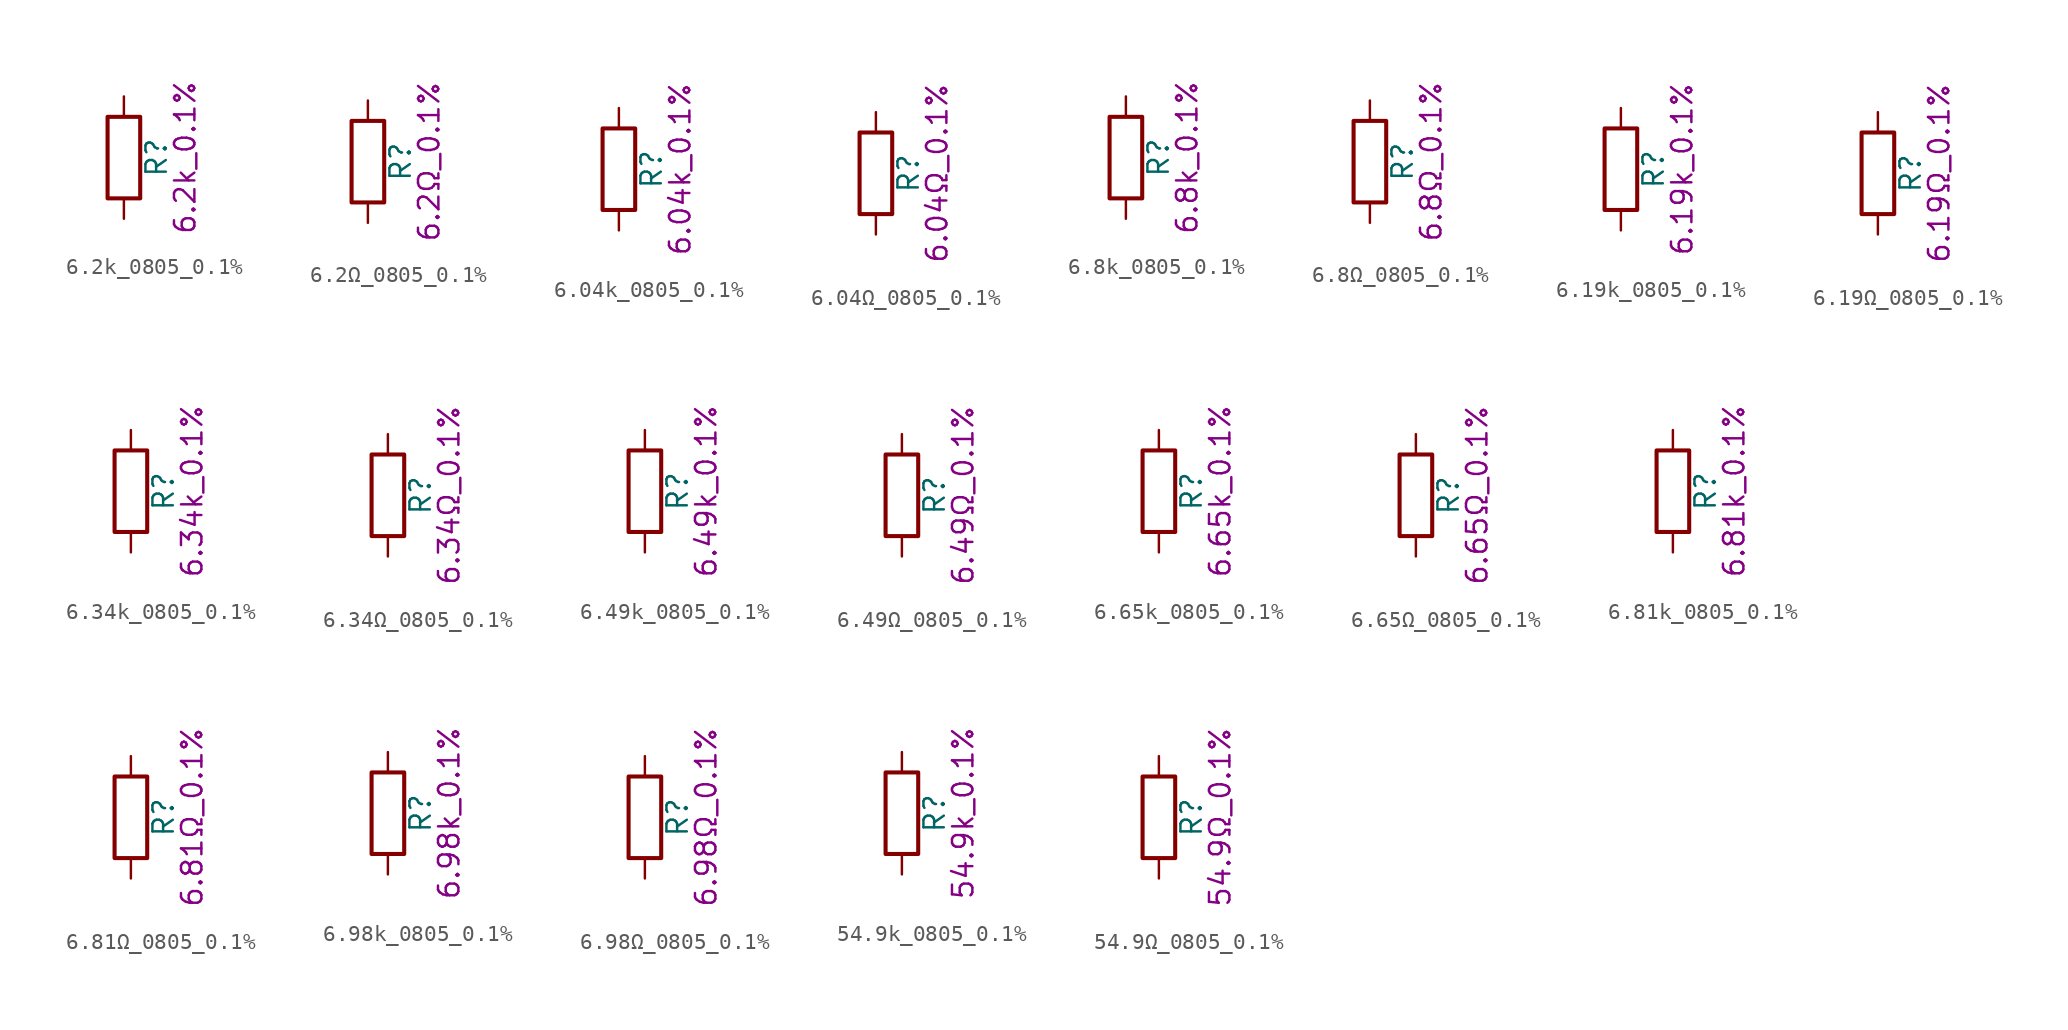
<source format=kicad_sym>
(kicad_symbol_lib
  (version 20211014)
  (generator kicad_symbol_editor)
  (symbol "6.2k_0805_0.1%"
    (pin_numbers hide)
    (pin_names
      (offset 0))
    (property "Reference" "R"
      (at 2.032 0 90)
      (effects (font (size 1.27 1.27))))
    (property "Display" "6.2k_0.1%"
      (at 3.81 0 90)
      (effects (font (size 1.27 1.27))))
    (symbol "6.2k_0805_0.1%_0_1"
      (rectangle (start -1.016 -2.54) (end 1.016 2.54) (stroke (width 0.254) (type default) (color 0 0 0 0)) (fill (type none))))
    (symbol "6.2k_0805_0.1%_1_1"
      (pin passive line (at 0 3.81 270) (length 1.27) (name "~" (effects (font (size 1.27 1.27)))) (number "1" (effects (font (size 1.27 1.27)))))
      (pin passive line (at 0 -3.81 90) (length 1.27) (name "~" (effects (font (size 1.27 1.27)))) (number "2" (effects (font (size 1.27 1.27)))))))
  (symbol "6.2Ω_0805_0.1%"
    (pin_numbers hide)
    (pin_names
      (offset 0))
    (property "Reference" "R"
      (at 2.032 0 90)
      (effects (font (size 1.27 1.27))))
    (property "Display" "6.2Ω_0.1%"
      (at 3.81 0 90)
      (effects (font (size 1.27 1.27))))
    (symbol "6.2Ω_0805_0.1%_0_1"
      (rectangle (start -1.016 -2.54) (end 1.016 2.54) (stroke (width 0.254) (type default) (color 0 0 0 0)) (fill (type none))))
    (symbol "6.2Ω_0805_0.1%_1_1"
      (pin passive line (at 0 3.81 270) (length 1.27) (name "~" (effects (font (size 1.27 1.27)))) (number "1" (effects (font (size 1.27 1.27)))))
      (pin passive line (at 0 -3.81 90) (length 1.27) (name "~" (effects (font (size 1.27 1.27)))) (number "2" (effects (font (size 1.27 1.27)))))))
  (symbol "6.04k_0805_0.1%"
    (pin_numbers hide)
    (pin_names
      (offset 0))
    (property "Reference" "R"
      (at 2.032 0 90)
      (effects (font (size 1.27 1.27))))
    (property "Display" "6.04k_0.1%"
      (at 3.81 0 90)
      (effects (font (size 1.27 1.27))))
    (symbol "6.04k_0805_0.1%_0_1"
      (rectangle (start -1.016 -2.54) (end 1.016 2.54) (stroke (width 0.254) (type default) (color 0 0 0 0)) (fill (type none))))
    (symbol "6.04k_0805_0.1%_1_1"
      (pin passive line (at 0 3.81 270) (length 1.27) (name "~" (effects (font (size 1.27 1.27)))) (number "1" (effects (font (size 1.27 1.27)))))
      (pin passive line (at 0 -3.81 90) (length 1.27) (name "~" (effects (font (size 1.27 1.27)))) (number "2" (effects (font (size 1.27 1.27)))))))
  (symbol "6.04Ω_0805_0.1%"
    (pin_numbers hide)
    (pin_names
      (offset 0))
    (property "Reference" "R"
      (at 2.032 0 90)
      (effects (font (size 1.27 1.27))))
    (property "Display" "6.04Ω_0.1%"
      (at 3.81 0 90)
      (effects (font (size 1.27 1.27))))
    (symbol "6.04Ω_0805_0.1%_0_1"
      (rectangle (start -1.016 -2.54) (end 1.016 2.54) (stroke (width 0.254) (type default) (color 0 0 0 0)) (fill (type none))))
    (symbol "6.04Ω_0805_0.1%_1_1"
      (pin passive line (at 0 3.81 270) (length 1.27) (name "~" (effects (font (size 1.27 1.27)))) (number "1" (effects (font (size 1.27 1.27)))))
      (pin passive line (at 0 -3.81 90) (length 1.27) (name "~" (effects (font (size 1.27 1.27)))) (number "2" (effects (font (size 1.27 1.27)))))))
  (symbol "6.8k_0805_0.1%"
    (pin_numbers hide)
    (pin_names
      (offset 0))
    (property "Reference" "R"
      (at 2.032 0 90)
      (effects (font (size 1.27 1.27))))
    (property "Display" "6.8k_0.1%"
      (at 3.81 0 90)
      (effects (font (size 1.27 1.27))))
    (symbol "6.8k_0805_0.1%_0_1"
      (rectangle (start -1.016 -2.54) (end 1.016 2.54) (stroke (width 0.254) (type default) (color 0 0 0 0)) (fill (type none))))
    (symbol "6.8k_0805_0.1%_1_1"
      (pin passive line (at 0 3.81 270) (length 1.27) (name "~" (effects (font (size 1.27 1.27)))) (number "1" (effects (font (size 1.27 1.27)))))
      (pin passive line (at 0 -3.81 90) (length 1.27) (name "~" (effects (font (size 1.27 1.27)))) (number "2" (effects (font (size 1.27 1.27)))))))
  (symbol "6.8Ω_0805_0.1%"
    (pin_numbers hide)
    (pin_names
      (offset 0))
    (property "Reference" "R"
      (at 2.032 0 90)
      (effects (font (size 1.27 1.27))))
    (property "Display" "6.8Ω_0.1%"
      (at 3.81 0 90)
      (effects (font (size 1.27 1.27))))
    (symbol "6.8Ω_0805_0.1%_0_1"
      (rectangle (start -1.016 -2.54) (end 1.016 2.54) (stroke (width 0.254) (type default) (color 0 0 0 0)) (fill (type none))))
    (symbol "6.8Ω_0805_0.1%_1_1"
      (pin passive line (at 0 3.81 270) (length 1.27) (name "~" (effects (font (size 1.27 1.27)))) (number "1" (effects (font (size 1.27 1.27)))))
      (pin passive line (at 0 -3.81 90) (length 1.27) (name "~" (effects (font (size 1.27 1.27)))) (number "2" (effects (font (size 1.27 1.27)))))))
  (symbol "6.19k_0805_0.1%"
    (pin_numbers hide)
    (pin_names
      (offset 0))
    (property "Reference" "R"
      (at 2.032 0 90)
      (effects (font (size 1.27 1.27))))
    (property "Display" "6.19k_0.1%"
      (at 3.81 0 90)
      (effects (font (size 1.27 1.27))))
    (symbol "6.19k_0805_0.1%_0_1"
      (rectangle (start -1.016 -2.54) (end 1.016 2.54) (stroke (width 0.254) (type default) (color 0 0 0 0)) (fill (type none))))
    (symbol "6.19k_0805_0.1%_1_1"
      (pin passive line (at 0 3.81 270) (length 1.27) (name "~" (effects (font (size 1.27 1.27)))) (number "1" (effects (font (size 1.27 1.27)))))
      (pin passive line (at 0 -3.81 90) (length 1.27) (name "~" (effects (font (size 1.27 1.27)))) (number "2" (effects (font (size 1.27 1.27)))))))
  (symbol "6.19Ω_0805_0.1%"
    (pin_numbers hide)
    (pin_names
      (offset 0))
    (property "Reference" "R"
      (at 2.032 0 90)
      (effects (font (size 1.27 1.27))))
    (property "Display" "6.19Ω_0.1%"
      (at 3.81 0 90)
      (effects (font (size 1.27 1.27))))
    (symbol "6.19Ω_0805_0.1%_0_1"
      (rectangle (start -1.016 -2.54) (end 1.016 2.54) (stroke (width 0.254) (type default) (color 0 0 0 0)) (fill (type none))))
    (symbol "6.19Ω_0805_0.1%_1_1"
      (pin passive line (at 0 3.81 270) (length 1.27) (name "~" (effects (font (size 1.27 1.27)))) (number "1" (effects (font (size 1.27 1.27)))))
      (pin passive line (at 0 -3.81 90) (length 1.27) (name "~" (effects (font (size 1.27 1.27)))) (number "2" (effects (font (size 1.27 1.27)))))))
  (symbol "6.34k_0805_0.1%"
    (pin_numbers hide)
    (pin_names
      (offset 0))
    (property "Reference" "R"
      (at 2.032 0 90)
      (effects (font (size 1.27 1.27))))
    (property "Display" "6.34k_0.1%"
      (at 3.81 0 90)
      (effects (font (size 1.27 1.27))))
    (symbol "6.34k_0805_0.1%_0_1"
      (rectangle (start -1.016 -2.54) (end 1.016 2.54) (stroke (width 0.254) (type default) (color 0 0 0 0)) (fill (type none))))
    (symbol "6.34k_0805_0.1%_1_1"
      (pin passive line (at 0 3.81 270) (length 1.27) (name "~" (effects (font (size 1.27 1.27)))) (number "1" (effects (font (size 1.27 1.27)))))
      (pin passive line (at 0 -3.81 90) (length 1.27) (name "~" (effects (font (size 1.27 1.27)))) (number "2" (effects (font (size 1.27 1.27)))))))
  (symbol "6.34Ω_0805_0.1%"
    (pin_numbers hide)
    (pin_names
      (offset 0))
    (property "Reference" "R"
      (at 2.032 0 90)
      (effects (font (size 1.27 1.27))))
    (property "Display" "6.34Ω_0.1%"
      (at 3.81 0 90)
      (effects (font (size 1.27 1.27))))
    (symbol "6.34Ω_0805_0.1%_0_1"
      (rectangle (start -1.016 -2.54) (end 1.016 2.54) (stroke (width 0.254) (type default) (color 0 0 0 0)) (fill (type none))))
    (symbol "6.34Ω_0805_0.1%_1_1"
      (pin passive line (at 0 3.81 270) (length 1.27) (name "~" (effects (font (size 1.27 1.27)))) (number "1" (effects (font (size 1.27 1.27)))))
      (pin passive line (at 0 -3.81 90) (length 1.27) (name "~" (effects (font (size 1.27 1.27)))) (number "2" (effects (font (size 1.27 1.27)))))))
  (symbol "6.49k_0805_0.1%"
    (pin_numbers hide)
    (pin_names
      (offset 0))
    (property "Reference" "R"
      (at 2.032 0 90)
      (effects (font (size 1.27 1.27))))
    (property "Display" "6.49k_0.1%"
      (at 3.81 0 90)
      (effects (font (size 1.27 1.27))))
    (symbol "6.49k_0805_0.1%_0_1"
      (rectangle (start -1.016 -2.54) (end 1.016 2.54) (stroke (width 0.254) (type default) (color 0 0 0 0)) (fill (type none))))
    (symbol "6.49k_0805_0.1%_1_1"
      (pin passive line (at 0 3.81 270) (length 1.27) (name "~" (effects (font (size 1.27 1.27)))) (number "1" (effects (font (size 1.27 1.27)))))
      (pin passive line (at 0 -3.81 90) (length 1.27) (name "~" (effects (font (size 1.27 1.27)))) (number "2" (effects (font (size 1.27 1.27)))))))
  (symbol "6.49Ω_0805_0.1%"
    (pin_numbers hide)
    (pin_names
      (offset 0))
    (property "Reference" "R"
      (at 2.032 0 90)
      (effects (font (size 1.27 1.27))))
    (property "Display" "6.49Ω_0.1%"
      (at 3.81 0 90)
      (effects (font (size 1.27 1.27))))
    (symbol "6.49Ω_0805_0.1%_0_1"
      (rectangle (start -1.016 -2.54) (end 1.016 2.54) (stroke (width 0.254) (type default) (color 0 0 0 0)) (fill (type none))))
    (symbol "6.49Ω_0805_0.1%_1_1"
      (pin passive line (at 0 3.81 270) (length 1.27) (name "~" (effects (font (size 1.27 1.27)))) (number "1" (effects (font (size 1.27 1.27)))))
      (pin passive line (at 0 -3.81 90) (length 1.27) (name "~" (effects (font (size 1.27 1.27)))) (number "2" (effects (font (size 1.27 1.27)))))))
  (symbol "6.65k_0805_0.1%"
    (pin_numbers hide)
    (pin_names
      (offset 0))
    (property "Reference" "R"
      (at 2.032 0 90)
      (effects (font (size 1.27 1.27))))
    (property "Display" "6.65k_0.1%"
      (at 3.81 0 90)
      (effects (font (size 1.27 1.27))))
    (symbol "6.65k_0805_0.1%_0_1"
      (rectangle (start -1.016 -2.54) (end 1.016 2.54) (stroke (width 0.254) (type default) (color 0 0 0 0)) (fill (type none))))
    (symbol "6.65k_0805_0.1%_1_1"
      (pin passive line (at 0 3.81 270) (length 1.27) (name "~" (effects (font (size 1.27 1.27)))) (number "1" (effects (font (size 1.27 1.27)))))
      (pin passive line (at 0 -3.81 90) (length 1.27) (name "~" (effects (font (size 1.27 1.27)))) (number "2" (effects (font (size 1.27 1.27)))))))
  (symbol "6.65Ω_0805_0.1%"
    (pin_numbers hide)
    (pin_names
      (offset 0))
    (property "Reference" "R"
      (at 2.032 0 90)
      (effects (font (size 1.27 1.27))))
    (property "Display" "6.65Ω_0.1%"
      (at 3.81 0 90)
      (effects (font (size 1.27 1.27))))
    (symbol "6.65Ω_0805_0.1%_0_1"
      (rectangle (start -1.016 -2.54) (end 1.016 2.54) (stroke (width 0.254) (type default) (color 0 0 0 0)) (fill (type none))))
    (symbol "6.65Ω_0805_0.1%_1_1"
      (pin passive line (at 0 3.81 270) (length 1.27) (name "~" (effects (font (size 1.27 1.27)))) (number "1" (effects (font (size 1.27 1.27)))))
      (pin passive line (at 0 -3.81 90) (length 1.27) (name "~" (effects (font (size 1.27 1.27)))) (number "2" (effects (font (size 1.27 1.27)))))))
  (symbol "6.81k_0805_0.1%"
    (pin_numbers hide)
    (pin_names
      (offset 0))
    (property "Reference" "R"
      (at 2.032 0 90)
      (effects (font (size 1.27 1.27))))
    (property "Display" "6.81k_0.1%"
      (at 3.81 0 90)
      (effects (font (size 1.27 1.27))))
    (symbol "6.81k_0805_0.1%_0_1"
      (rectangle (start -1.016 -2.54) (end 1.016 2.54) (stroke (width 0.254) (type default) (color 0 0 0 0)) (fill (type none))))
    (symbol "6.81k_0805_0.1%_1_1"
      (pin passive line (at 0 3.81 270) (length 1.27) (name "~" (effects (font (size 1.27 1.27)))) (number "1" (effects (font (size 1.27 1.27)))))
      (pin passive line (at 0 -3.81 90) (length 1.27) (name "~" (effects (font (size 1.27 1.27)))) (number "2" (effects (font (size 1.27 1.27)))))))
  (symbol "6.81Ω_0805_0.1%"
    (pin_numbers hide)
    (pin_names
      (offset 0))
    (property "Reference" "R"
      (at 2.032 0 90)
      (effects (font (size 1.27 1.27))))
    (property "Display" "6.81Ω_0.1%"
      (at 3.81 0 90)
      (effects (font (size 1.27 1.27))))
    (symbol "6.81Ω_0805_0.1%_0_1"
      (rectangle (start -1.016 -2.54) (end 1.016 2.54) (stroke (width 0.254) (type default) (color 0 0 0 0)) (fill (type none))))
    (symbol "6.81Ω_0805_0.1%_1_1"
      (pin passive line (at 0 3.81 270) (length 1.27) (name "~" (effects (font (size 1.27 1.27)))) (number "1" (effects (font (size 1.27 1.27)))))
      (pin passive line (at 0 -3.81 90) (length 1.27) (name "~" (effects (font (size 1.27 1.27)))) (number "2" (effects (font (size 1.27 1.27)))))))
  (symbol "6.98k_0805_0.1%"
    (pin_numbers hide)
    (pin_names
      (offset 0))
    (property "Reference" "R"
      (at 2.032 0 90)
      (effects (font (size 1.27 1.27))))
    (property "Display" "6.98k_0.1%"
      (at 3.81 0 90)
      (effects (font (size 1.27 1.27))))
    (symbol "6.98k_0805_0.1%_0_1"
      (rectangle (start -1.016 -2.54) (end 1.016 2.54) (stroke (width 0.254) (type default) (color 0 0 0 0)) (fill (type none))))
    (symbol "6.98k_0805_0.1%_1_1"
      (pin passive line (at 0 3.81 270) (length 1.27) (name "~" (effects (font (size 1.27 1.27)))) (number "1" (effects (font (size 1.27 1.27)))))
      (pin passive line (at 0 -3.81 90) (length 1.27) (name "~" (effects (font (size 1.27 1.27)))) (number "2" (effects (font (size 1.27 1.27)))))))
  (symbol "6.98Ω_0805_0.1%"
    (pin_numbers hide)
    (pin_names
      (offset 0))
    (property "Reference" "R"
      (at 2.032 0 90)
      (effects (font (size 1.27 1.27))))
    (property "Display" "6.98Ω_0.1%"
      (at 3.81 0 90)
      (effects (font (size 1.27 1.27))))
    (symbol "6.98Ω_0805_0.1%_0_1"
      (rectangle (start -1.016 -2.54) (end 1.016 2.54) (stroke (width 0.254) (type default) (color 0 0 0 0)) (fill (type none))))
    (symbol "6.98Ω_0805_0.1%_1_1"
      (pin passive line (at 0 3.81 270) (length 1.27) (name "~" (effects (font (size 1.27 1.27)))) (number "1" (effects (font (size 1.27 1.27)))))
      (pin passive line (at 0 -3.81 90) (length 1.27) (name "~" (effects (font (size 1.27 1.27)))) (number "2" (effects (font (size 1.27 1.27)))))))
  (symbol "54.9k_0805_0.1%"
    (pin_numbers hide)
    (pin_names
      (offset 0))
    (property "Reference" "R"
      (at 2.032 0 90)
      (effects (font (size 1.27 1.27))))
    (property "Display" "54.9k_0.1%"
      (at 3.81 0 90)
      (effects (font (size 1.27 1.27))))
    (symbol "54.9k_0805_0.1%_0_1"
      (rectangle (start -1.016 -2.54) (end 1.016 2.54) (stroke (width 0.254) (type default) (color 0 0 0 0)) (fill (type none))))
    (symbol "54.9k_0805_0.1%_1_1"
      (pin passive line (at 0 3.81 270) (length 1.27) (name "~" (effects (font (size 1.27 1.27)))) (number "1" (effects (font (size 1.27 1.27)))))
      (pin passive line (at 0 -3.81 90) (length 1.27) (name "~" (effects (font (size 1.27 1.27)))) (number "2" (effects (font (size 1.27 1.27)))))))
  (symbol "54.9Ω_0805_0.1%"
    (pin_numbers hide)
    (pin_names
      (offset 0))
    (property "Reference" "R"
      (at 2.032 0 90)
      (effects (font (size 1.27 1.27))))
    (property "Display" "54.9Ω_0.1%"
      (at 3.81 0 90)
      (effects (font (size 1.27 1.27))))
    (symbol "54.9Ω_0805_0.1%_0_1"
      (rectangle (start -1.016 -2.54) (end 1.016 2.54) (stroke (width 0.254) (type default) (color 0 0 0 0)) (fill (type none))))
    (symbol "54.9Ω_0805_0.1%_1_1"
      (pin passive line (at 0 3.81 270) (length 1.27) (name "~" (effects (font (size 1.27 1.27)))) (number "1" (effects (font (size 1.27 1.27)))))
      (pin passive line (at 0 -3.81 90) (length 1.27) (name "~" (effects (font (size 1.27 1.27)))) (number "2" (effects (font (size 1.27 1.27))))))))
</source>
